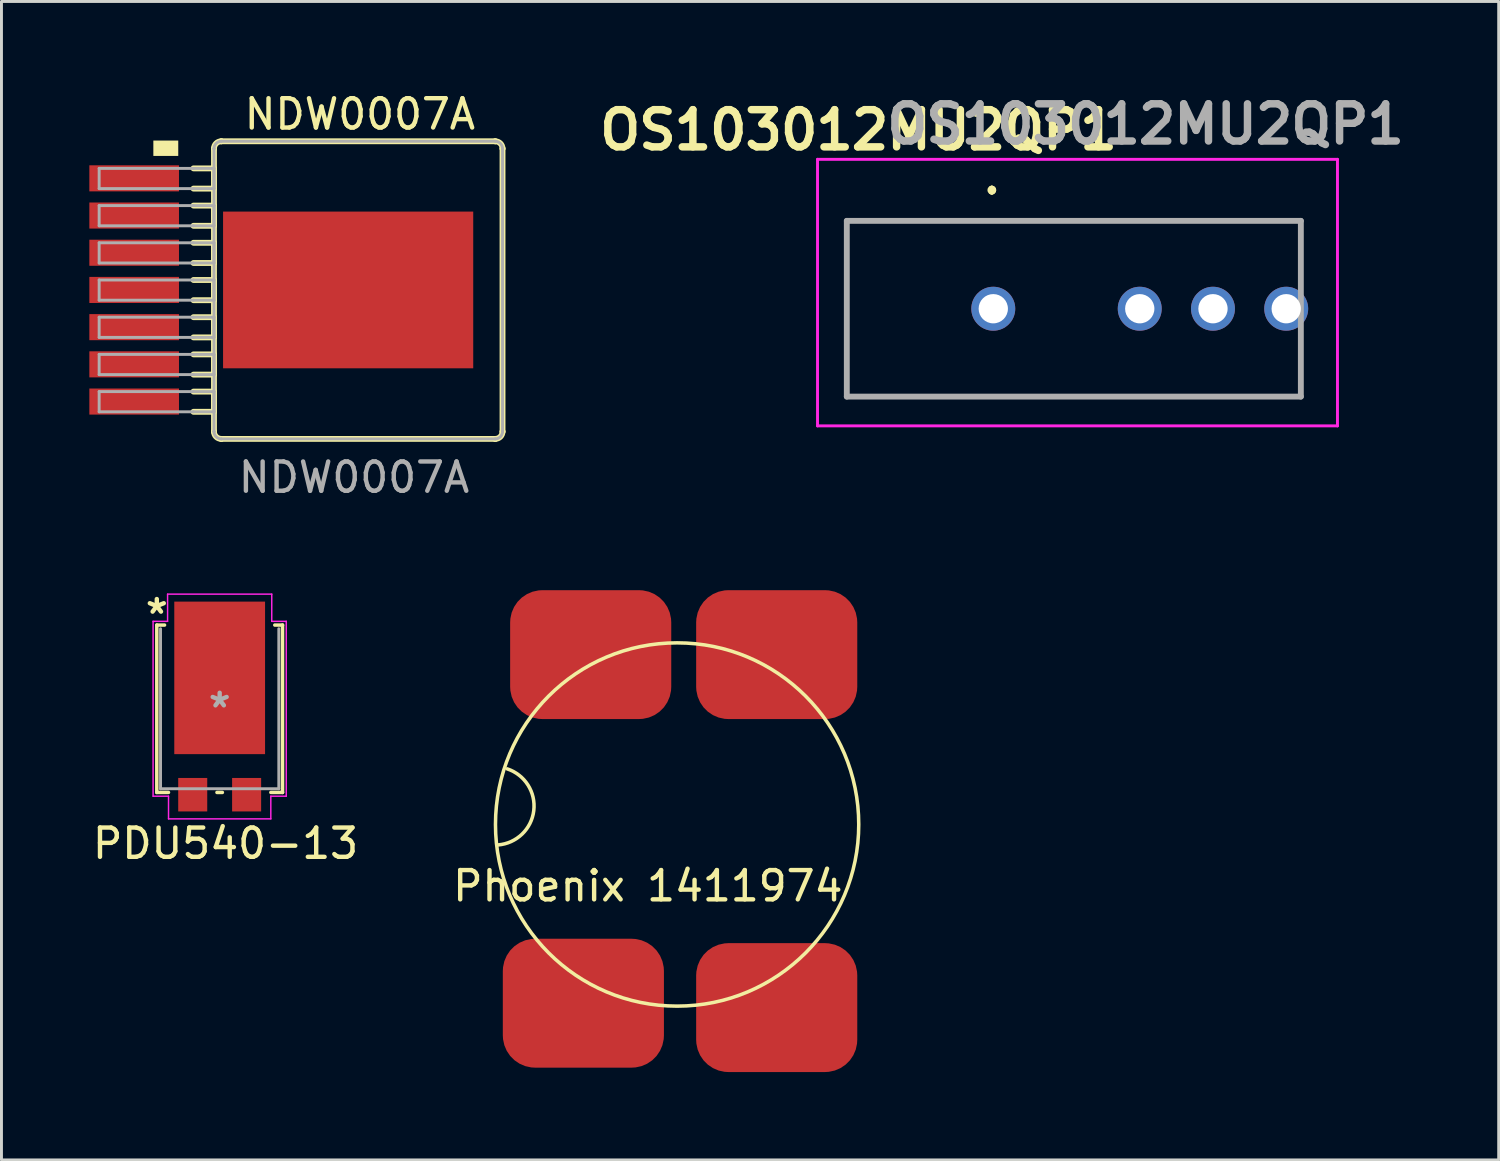
<source format=kicad_pcb>
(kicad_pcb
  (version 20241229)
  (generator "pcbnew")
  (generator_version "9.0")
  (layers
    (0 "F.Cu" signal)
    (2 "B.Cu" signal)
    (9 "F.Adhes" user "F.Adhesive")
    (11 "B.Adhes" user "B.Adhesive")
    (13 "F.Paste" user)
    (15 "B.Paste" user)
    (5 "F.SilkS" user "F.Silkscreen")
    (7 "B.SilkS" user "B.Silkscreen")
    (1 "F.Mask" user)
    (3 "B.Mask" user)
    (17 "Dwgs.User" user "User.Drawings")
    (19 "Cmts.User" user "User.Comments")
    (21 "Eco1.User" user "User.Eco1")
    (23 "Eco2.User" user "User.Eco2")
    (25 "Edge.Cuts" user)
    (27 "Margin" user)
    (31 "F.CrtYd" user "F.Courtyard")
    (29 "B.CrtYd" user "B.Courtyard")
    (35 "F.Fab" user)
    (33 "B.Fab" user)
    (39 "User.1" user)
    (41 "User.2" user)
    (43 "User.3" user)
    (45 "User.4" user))
  (footprint "Phoenix 1411974"
    (layer "F.Cu")
    (at 19.065 27.697)
    (property "Reference" "Phoenix 1411974" (at 0 -0.5 0) (unlocked yes) (layer "F.SilkS") (effects (font (size 1 1) (thickness 0.15))))
    (attr smd)
    (fp_arc (start -4.8 -4.5) (mid -3.893748 -3.072283) (end -5.115634 -1.90324) (stroke (width 0.12) (type solid)) (layer "F.SilkS"))
    (fp_circle (center 1 -2.601) (end 4.8 2.299) (stroke (width 0.12) (type solid)) (fill no) (layer "F.SilkS"))
    (pad "1" smd roundrect (at -2.2 3.5) (size 5.5 4.4) (layers "F.Cu" "F.Mask" "F.Paste") (roundrect_rratio 0.25))
    (pad "2" smd roundrect (at -1.95 -8.4) (size 5.5 4.4) (layers "F.Cu" "F.Mask" "F.Paste") (roundrect_rratio 0.25))
    (pad "3" smd roundrect (at 4.4 -8.4) (size 5.5 4.4) (layers "F.Cu" "F.Mask" "F.Paste") (roundrect_rratio 0.25))
    (pad "4" smd roundrect (at 4.4 3.65) (size 5.5 4.4) (layers "F.Cu" "F.Mask" "F.Paste") (roundrect_rratio 0.25)))
  (footprint "OS103012MU2QP1"
    (layer "F.Cu")
    (at 30.858 7.489)
    (property "Reference" "OS103012MU2QP1" (at -4.6 -6.1 0) (layer "F.SilkS") (effects (font (size 1.27 1.27) (thickness 0.254))))
    (attr through_hole)
    (fp_line (start -5 -3) (end -5 -3) (stroke (width 0.1) (type solid)) (layer "F.SilkS"))
    (fp_line (start -5 -3) (end -5 -3) (stroke (width 0.1) (type solid)) (layer "F.SilkS"))
    (fp_line (start -5 -3) (end -5 3) (stroke (width 0.1) (type solid)) (layer "F.SilkS"))
    (fp_line (start -5 -3) (end 10.5 -3) (stroke (width 0.1) (type solid)) (layer "F.SilkS"))
    (fp_line (start -5 3) (end -5 -3) (stroke (width 0.1) (type solid)) (layer "F.SilkS"))
    (fp_line (start -5 3) (end -5 3) (stroke (width 0.1) (type solid)) (layer "F.SilkS"))
    (fp_line (start -5 3) (end -5 3) (stroke (width 0.1) (type solid)) (layer "F.SilkS"))
    (fp_line (start -5 3) (end 10.5 3) (stroke (width 0.1) (type solid)) (layer "F.SilkS"))
    (fp_line (start -0.05 -4.1) (end -0.05 -4.1) (stroke (width 0.2) (type solid)) (layer "F.SilkS"))
    (fp_line (start -0.05 -4) (end -0.05 -4) (stroke (width 0.2) (type solid)) (layer "F.SilkS"))
    (fp_line (start -0.05 -4) (end -0.05 -4) (stroke (width 0.2) (type solid)) (layer "F.SilkS"))
    (fp_line (start 10.5 -3) (end -5 -3) (stroke (width 0.1) (type solid)) (layer "F.SilkS"))
    (fp_line (start 10.5 -3) (end 10.5 -3) (stroke (width 0.1) (type solid)) (layer "F.SilkS"))
    (fp_line (start 10.5 -3) (end 10.5 -3) (stroke (width 0.1) (type solid)) (layer "F.SilkS"))
    (fp_line (start 10.5 -3) (end 10.5 -1.25) (stroke (width 0.1) (type solid)) (layer "F.SilkS"))
    (fp_line (start 10.5 -1.25) (end 10.5 -3) (stroke (width 0.1) (type solid)) (layer "F.SilkS"))
    (fp_line (start 10.5 -1.25) (end 10.5 -1.25) (stroke (width 0.1) (type solid)) (layer "F.SilkS"))
    (fp_line (start 10.5 1.25) (end 10.5 1.25) (stroke (width 0.1) (type solid)) (layer "F.SilkS"))
    (fp_line (start 10.5 1.25) (end 10.5 3) (stroke (width 0.1) (type solid)) (layer "F.SilkS"))
    (fp_line (start 10.5 3) (end -5 3) (stroke (width 0.1) (type solid)) (layer "F.SilkS"))
    (fp_line (start 10.5 3) (end 10.5 1.25) (stroke (width 0.1) (type solid)) (layer "F.SilkS"))
    (fp_line (start 10.5 3) (end 10.5 3) (stroke (width 0.1) (type solid)) (layer "F.SilkS"))
    (fp_line (start 10.5 3) (end 10.5 3) (stroke (width 0.1) (type solid)) (layer "F.SilkS"))
    (fp_arc (start -0.05 -4.1) (mid 0 -4.05) (end -0.05 -4) (stroke (width 0.2) (type solid)) (layer "F.SilkS"))
    (fp_arc (start -0.05 -4.1) (mid 0 -4.05) (end -0.05 -4) (stroke (width 0.2) (type solid)) (layer "F.SilkS"))
    (fp_arc (start -0.05 -4) (mid -0.1 -4.05) (end -0.05 -4.1) (stroke (width 0.2) (type solid)) (layer "F.SilkS"))
    (fp_line (start -6 -5.1) (end 11.75 -5.1) (stroke (width 0.1) (type solid)) (layer "F.CrtYd"))
    (fp_line (start -6 4) (end -6 -5.1) (stroke (width 0.1) (type solid)) (layer "F.CrtYd"))
    (fp_line (start 11.75 -5.1) (end 11.75 4) (stroke (width 0.1) (type solid)) (layer "F.CrtYd"))
    (fp_line (start 11.75 4) (end -6 4) (stroke (width 0.1) (type solid)) (layer "F.CrtYd"))
    (fp_line (start -5 -3) (end -5 3) (stroke (width 0.2) (type solid)) (layer "F.Fab"))
    (fp_line (start -5 3) (end 10.5 3) (stroke (width 0.2) (type solid)) (layer "F.Fab"))
    (fp_line (start 10.5 -3) (end -5 -3) (stroke (width 0.2) (type solid)) (layer "F.Fab"))
    (fp_line (start 10.5 3) (end 10.5 -3) (stroke (width 0.2) (type solid)) (layer "F.Fab"))
    (fp_text user "${REFERENCE}" (at 5.2 -6.3 0) (layer "F.Fab") (effects (font (size 1.27 1.27) (thickness 0.254))))
    (pad "1" thru_hole circle (at 0 0) (size 1.5 1.5) (drill 1) (layers "*.Cu" "*.Mask"))
    (pad "2" thru_hole circle (at 5 0) (size 1.5 1.5) (drill 1) (layers "*.Cu" "*.Mask"))
    (pad "3" thru_hole circle (at 7.5 0) (size 1.5 1.5) (drill 1) (layers "*.Cu" "*.Mask"))
    (pad "4" thru_hole circle (at 10 0) (size 1.5 1.5) (drill 1) (layers "*.Cu" "*.Mask")))
  (footprint "NDW0007A"
    (layer "F.Cu")
    (at 8.835 6.848)
    (property "Reference" "NDW0007A" (at 0.4 -6 0) (unlocked yes) (layer "F.SilkS") (effects (font (size 1 1) (thickness 0.15))))
    (attr smd)
    (fp_line (start -5.28 -4.15) (end -4.58 -4.15) (stroke (width 0.2) (type solid)) (layer "F.SilkS"))
    (fp_line (start -5.28 -3.46) (end -4.58 -3.46) (stroke (width 0.2) (type solid)) (layer "F.SilkS"))
    (fp_line (start -5.28 -2.88) (end -4.58 -2.88) (stroke (width 0.2) (type solid)) (layer "F.SilkS"))
    (fp_line (start -5.28 -2.19) (end -4.58 -2.19) (stroke (width 0.2) (type solid)) (layer "F.SilkS"))
    (fp_line (start -5.28 -1.61) (end -4.58 -1.61) (stroke (width 0.2) (type solid)) (layer "F.SilkS"))
    (fp_line (start -5.28 -0.92) (end -4.58 -0.92) (stroke (width 0.2) (type solid)) (layer "F.SilkS"))
    (fp_line (start -5.28 -0.34) (end -4.58 -0.34) (stroke (width 0.2) (type solid)) (layer "F.SilkS"))
    (fp_line (start -5.28 0.35) (end -4.58 0.35) (stroke (width 0.2) (type solid)) (layer "F.SilkS"))
    (fp_line (start -5.28 0.93) (end -4.58 0.93) (stroke (width 0.2) (type solid)) (layer "F.SilkS"))
    (fp_line (start -5.28 1.62) (end -4.58 1.62) (stroke (width 0.2) (type solid)) (layer "F.SilkS"))
    (fp_line (start -5.28 2.2) (end -4.58 2.2) (stroke (width 0.2) (type solid)) (layer "F.SilkS"))
    (fp_line (start -5.28 2.89) (end -4.58 2.89) (stroke (width 0.2) (type solid)) (layer "F.SilkS"))
    (fp_line (start -5.28 3.47) (end -4.58 3.47) (stroke (width 0.2) (type solid)) (layer "F.SilkS"))
    (fp_line (start -5.28 4.16) (end -4.58 4.16) (stroke (width 0.2) (type solid)) (layer "F.SilkS"))
    (fp_line (start -4.58 -4.825) (end -4.58 -4.827) (stroke (width 0.2) (type solid)) (layer "F.SilkS"))
    (fp_line (start -4.58 -3.46) (end -4.58 -4.15) (stroke (width 0.2) (type solid)) (layer "F.SilkS"))
    (fp_line (start -4.58 -2.19) (end -4.58 -2.88) (stroke (width 0.2) (type solid)) (layer "F.SilkS"))
    (fp_line (start -4.58 -0.92) (end -4.58 -1.61) (stroke (width 0.2) (type solid)) (layer "F.SilkS"))
    (fp_line (start -4.58 0.35) (end -4.58 -0.34) (stroke (width 0.2) (type solid)) (layer "F.SilkS"))
    (fp_line (start -4.58 1.62) (end -4.58 0.93) (stroke (width 0.2) (type solid)) (layer "F.SilkS"))
    (fp_line (start -4.58 2.89) (end -4.58 2.2) (stroke (width 0.2) (type solid)) (layer "F.SilkS"))
    (fp_line (start -4.58 4.16) (end -4.58 3.47) (stroke (width 0.2) (type solid)) (layer "F.SilkS"))
    (fp_line (start -4.58 4.835) (end -4.58 -4.825) (stroke (width 0.2) (type solid)) (layer "F.SilkS"))
    (fp_line (start -4.58 4.835) (end -4.58 4.837) (stroke (width 0.2) (type solid)) (layer "F.SilkS"))
    (fp_line (start -4.332 -5.075) (end -4.33 -5.075) (stroke (width 0.2) (type solid)) (layer "F.SilkS"))
    (fp_line (start -4.332 5.085) (end -4.33 5.085) (stroke (width 0.2) (type solid)) (layer "F.SilkS"))
    (fp_line (start -4.33 -5.075) (end 5.02 -5.075) (stroke (width 0.2) (type solid)) (layer "F.SilkS"))
    (fp_line (start -4.33 5.085) (end 5.02 5.085) (stroke (width 0.2) (type solid)) (layer "F.SilkS"))
    (fp_line (start 5.02 -5.075) (end 5.022 -5.075) (stroke (width 0.2) (type solid)) (layer "F.SilkS"))
    (fp_line (start 5.02 5.085) (end 5.022 5.085) (stroke (width 0.2) (type solid)) (layer "F.SilkS"))
    (fp_line (start 5.27 -4.827) (end 5.27 -4.825) (stroke (width 0.2) (type solid)) (layer "F.SilkS"))
    (fp_line (start 5.27 4.837) (end 5.27 4.835) (stroke (width 0.2) (type solid)) (layer "F.SilkS"))
    (fp_line (start 5.27 4.835) (end 5.27 -4.825) (stroke (width 0.2) (type solid)) (layer "F.SilkS"))
    (fp_arc (start -4.579994 -4.826856) (mid -4.506778 -5.001776) (end -4.331858 -5.074992) (stroke (width 0.2) (type solid)) (layer "F.SilkS"))
    (fp_arc (start -4.331858 5.084992) (mid -4.506778 5.011776) (end -4.579994 4.836856) (stroke (width 0.2) (type solid)) (layer "F.SilkS"))
    (fp_arc (start 5.021857 -5.074992) (mid 5.196776 -5.001776) (end 5.269993 -4.826856) (stroke (width 0.2) (type solid)) (layer "F.SilkS"))
    (fp_arc (start 5.269993 4.836856) (mid 5.196776 5.011776) (end 5.021857 5.084992) (stroke (width 0.2) (type solid)) (layer "F.SilkS"))
    (fp_poly (pts (xy -6.65 -5.1) (xy -6.65 -4.575) (xy -5.8 -4.575) (xy -5.8 -5.1)) (stroke (width 0) (type solid)) (fill yes) (layer "F.SilkS"))
    (fp_line (start -8.5 -4.15) (end -5.28 -4.15) (stroke (width 0.1) (type solid)) (layer "F.Fab"))
    (fp_line (start -8.5 -3.46) (end -8.5 -4.15) (stroke (width 0.1) (type solid)) (layer "F.Fab"))
    (fp_line (start -8.5 -3.46) (end -5.28 -3.46) (stroke (width 0.1) (type solid)) (layer "F.Fab"))
    (fp_line (start -8.5 -2.88) (end -5.28 -2.88) (stroke (width 0.1) (type solid)) (layer "F.Fab"))
    (fp_line (start -8.5 -2.19) (end -8.5 -2.88) (stroke (width 0.1) (type solid)) (layer "F.Fab"))
    (fp_line (start -8.5 -2.19) (end -5.28 -2.19) (stroke (width 0.1) (type solid)) (layer "F.Fab"))
    (fp_line (start -8.5 -1.61) (end -5.28 -1.61) (stroke (width 0.1) (type solid)) (layer "F.Fab"))
    (fp_line (start -8.5 -0.92) (end -8.5 -1.61) (stroke (width 0.1) (type solid)) (layer "F.Fab"))
    (fp_line (start -8.5 -0.92) (end -5.28 -0.92) (stroke (width 0.1) (type solid)) (layer "F.Fab"))
    (fp_line (start -8.5 -0.34) (end -5.28 -0.34) (stroke (width 0.1) (type solid)) (layer "F.Fab"))
    (fp_line (start -8.5 0.35) (end -8.5 -0.34) (stroke (width 0.1) (type solid)) (layer "F.Fab"))
    (fp_line (start -8.5 0.35) (end -5.28 0.35) (stroke (width 0.1) (type solid)) (layer "F.Fab"))
    (fp_line (start -8.5 0.93) (end -5.28 0.93) (stroke (width 0.1) (type solid)) (layer "F.Fab"))
    (fp_line (start -8.5 1.62) (end -8.5 0.93) (stroke (width 0.1) (type solid)) (layer "F.Fab"))
    (fp_line (start -8.5 1.62) (end -5.28 1.62) (stroke (width 0.1) (type solid)) (layer "F.Fab"))
    (fp_line (start -8.5 2.2) (end -5.28 2.2) (stroke (width 0.1) (type solid)) (layer "F.Fab"))
    (fp_line (start -8.5 2.89) (end -8.5 2.2) (stroke (width 0.1) (type solid)) (layer "F.Fab"))
    (fp_line (start -8.5 2.89) (end -5.28 2.89) (stroke (width 0.1) (type solid)) (layer "F.Fab"))
    (fp_line (start -8.5 3.47) (end -5.28 3.47) (stroke (width 0.1) (type solid)) (layer "F.Fab"))
    (fp_line (start -8.5 4.16) (end -8.5 3.47) (stroke (width 0.1) (type solid)) (layer "F.Fab"))
    (fp_line (start -8.5 4.16) (end -5.28 4.16) (stroke (width 0.1) (type solid)) (layer "F.Fab"))
    (fp_line (start -5.28 -4.15) (end -4.58 -4.15) (stroke (width 0.1) (type solid)) (layer "F.Fab"))
    (fp_line (start -5.28 -3.46) (end -4.58 -3.46) (stroke (width 0.1) (type solid)) (layer "F.Fab"))
    (fp_line (start -5.28 -2.88) (end -4.58 -2.88) (stroke (width 0.1) (type solid)) (layer "F.Fab"))
    (fp_line (start -5.28 -2.19) (end -4.58 -2.19) (stroke (width 0.1) (type solid)) (layer "F.Fab"))
    (fp_line (start -5.28 -1.61) (end -4.58 -1.61) (stroke (width 0.1) (type solid)) (layer "F.Fab"))
    (fp_line (start -5.28 -0.92) (end -4.58 -0.92) (stroke (width 0.1) (type solid)) (layer "F.Fab"))
    (fp_line (start -5.28 -0.34) (end -4.58 -0.34) (stroke (width 0.1) (type solid)) (layer "F.Fab"))
    (fp_line (start -5.28 0.35) (end -4.58 0.35) (stroke (width 0.1) (type solid)) (layer "F.Fab"))
    (fp_line (start -5.28 0.93) (end -4.58 0.93) (stroke (width 0.1) (type solid)) (layer "F.Fab"))
    (fp_line (start -5.28 1.62) (end -4.58 1.62) (stroke (width 0.1) (type solid)) (layer "F.Fab"))
    (fp_line (start -5.28 2.2) (end -4.58 2.2) (stroke (width 0.1) (type solid)) (layer "F.Fab"))
    (fp_line (start -5.28 2.89) (end -4.58 2.89) (stroke (width 0.1) (type solid)) (layer "F.Fab"))
    (fp_line (start -5.28 3.47) (end -4.58 3.47) (stroke (width 0.1) (type solid)) (layer "F.Fab"))
    (fp_line (start -5.28 4.16) (end -4.58 4.16) (stroke (width 0.1) (type solid)) (layer "F.Fab"))
    (fp_line (start -4.58 -4.825) (end -4.58 -4.827) (stroke (width 0.1) (type solid)) (layer "F.Fab"))
    (fp_line (start -4.58 -3.46) (end -4.58 -4.15) (stroke (width 0.1) (type solid)) (layer "F.Fab"))
    (fp_line (start -4.58 -2.19) (end -4.58 -2.88) (stroke (width 0.1) (type solid)) (layer "F.Fab"))
    (fp_line (start -4.58 -0.92) (end -4.58 -1.61) (stroke (width 0.1) (type solid)) (layer "F.Fab"))
    (fp_line (start -4.58 0.35) (end -4.58 -0.34) (stroke (width 0.1) (type solid)) (layer "F.Fab"))
    (fp_line (start -4.58 1.62) (end -4.58 0.93) (stroke (width 0.1) (type solid)) (layer "F.Fab"))
    (fp_line (start -4.58 2.89) (end -4.58 2.2) (stroke (width 0.1) (type solid)) (layer "F.Fab"))
    (fp_line (start -4.58 4.16) (end -4.58 3.47) (stroke (width 0.1) (type solid)) (layer "F.Fab"))
    (fp_line (start -4.58 4.835) (end -4.58 -4.825) (stroke (width 0.1) (type solid)) (layer "F.Fab"))
    (fp_line (start -4.58 4.835) (end -4.58 4.837) (stroke (width 0.1) (type solid)) (layer "F.Fab"))
    (fp_line (start -4.33 -5.075) (end 5.02 -5.075) (stroke (width 0.1) (type solid)) (layer "F.Fab"))
    (fp_line (start -4.33 5.085) (end 5.02 5.085) (stroke (width 0.1) (type solid)) (layer "F.Fab"))
    (fp_line (start 5.27 4.835) (end 5.27 -4.825) (stroke (width 0.1) (type solid)) (layer "F.Fab"))
    (fp_arc (start -4.579994 -4.826856) (mid -4.506778 -5.001776) (end -4.331858 -5.074992) (stroke (width 0.1) (type solid)) (layer "F.Fab"))
    (fp_arc (start -4.331858 5.084992) (mid -4.506778 5.011776) (end -4.579994 4.836856) (stroke (width 0.1) (type solid)) (layer "F.Fab"))
    (fp_arc (start 5.021857 -5.074992) (mid 5.196776 -5.001776) (end 5.269993 -4.826856) (stroke (width 0.1) (type solid)) (layer "F.Fab"))
    (fp_arc (start 5.269993 4.836856) (mid 5.196776 5.011776) (end 5.021857 5.084992) (stroke (width 0.1) (type solid)) (layer "F.Fab"))
    (fp_text user "${REFERENCE}" (at 0.2 6.4 0) (unlocked yes) (layer "F.Fab") (effects (font (size 1 1) (thickness 0.15))))
    (pad "1" smd rect (at -7.305 -3.81 90) (size 0.89 3.06) (layers "F.Cu" "F.Mask" "F.Paste"))
    (pad "2" smd rect (at -7.305 -2.54 90) (size 0.89 3.06) (layers "F.Cu" "F.Mask" "F.Paste"))
    (pad "3" smd rect (at -7.305 -1.27 90) (size 0.89 3.06) (layers "F.Cu" "F.Mask" "F.Paste"))
    (pad "4" smd rect (at -7.305 0 90) (size 0.89 3.06) (layers "F.Cu" "F.Mask" "F.Paste"))
    (pad "5" smd rect (at -7.305 1.27 90) (size 0.89 3.06) (layers "F.Cu" "F.Mask" "F.Paste"))
    (pad "6" smd rect (at -7.305 2.54 90) (size 0.89 3.06) (layers "F.Cu" "F.Mask" "F.Paste"))
    (pad "7" smd rect (at -7.305 3.81 90) (size 0.89 3.06) (layers "F.Cu" "F.Mask" "F.Paste"))
    (pad "8" smd rect (at 0 0 90) (size 5.35 8.54) (layers "F.Cu" "F.Mask" "F.Paste")))
  (footprint "PDU540-13"
    (layer "F.Cu")
    (at 4.449 21.145)
    (property "Reference" "PDU540-13" (at 0.2 4.6 0) (layer "F.SilkS") (effects (font (size 1 1) (thickness 0.15))))
    (attr through_hole)
    (fp_line (start -2.146 -2.857) (end -2.146 2.857) (stroke (width 0.12) (type solid)) (layer "F.SilkS"))
    (fp_line (start -2.146 2.857) (end -1.748 2.857) (stroke (width 0.12) (type solid)) (layer "F.SilkS"))
    (fp_line (start -1.882 -2.857) (end -2.146 -2.857) (stroke (width 0.12) (type solid)) (layer "F.SilkS"))
    (fp_line (start -0.092 2.857) (end 0.092 2.857) (stroke (width 0.12) (type solid)) (layer "F.SilkS"))
    (fp_line (start 1.748 2.857) (end 2.146 2.857) (stroke (width 0.12) (type solid)) (layer "F.SilkS"))
    (fp_line (start 2.146 -2.857) (end 1.882 -2.857) (stroke (width 0.12) (type solid)) (layer "F.SilkS"))
    (fp_line (start 2.146 2.857) (end 2.146 -2.857) (stroke (width 0.12) (type solid)) (layer "F.SilkS"))
    (fp_line (start -2.273 -2.985) (end -1.778 -2.985) (stroke (width 0.05) (type solid)) (layer "F.CrtYd"))
    (fp_line (start -2.273 2.985) (end -2.273 -2.985) (stroke (width 0.05) (type solid)) (layer "F.CrtYd"))
    (fp_line (start -1.778 -3.912) (end -1.778 -2.985) (stroke (width 0.05) (type solid)) (layer "F.CrtYd"))
    (fp_line (start -1.778 -3.912) (end 1.778 -3.912) (stroke (width 0.05) (type solid)) (layer "F.CrtYd"))
    (fp_line (start -1.746 2.985) (end -2.273 2.985) (stroke (width 0.05) (type solid)) (layer "F.CrtYd"))
    (fp_line (start -1.746 3.759) (end -1.746 2.985) (stroke (width 0.05) (type solid)) (layer "F.CrtYd"))
    (fp_line (start 1.746 2.985) (end 1.746 3.759) (stroke (width 0.05) (type solid)) (layer "F.CrtYd"))
    (fp_line (start 1.746 3.759) (end -1.746 3.759) (stroke (width 0.05) (type solid)) (layer "F.CrtYd"))
    (fp_line (start 1.778 -3.912) (end 1.778 -2.985) (stroke (width 0.05) (type solid)) (layer "F.CrtYd"))
    (fp_line (start 1.778 -2.985) (end 2.273 -2.985) (stroke (width 0.05) (type solid)) (layer "F.CrtYd"))
    (fp_line (start 2.273 -2.985) (end 2.273 2.985) (stroke (width 0.05) (type solid)) (layer "F.CrtYd"))
    (fp_line (start 2.273 2.985) (end 1.746 2.985) (stroke (width 0.05) (type solid)) (layer "F.CrtYd"))
    (fp_line (start -2.019 -2.731) (end -2.019 2.731) (stroke (width 0.1) (type solid)) (layer "F.Fab"))
    (fp_line (start -2.019 2.731) (end 2.019 2.731) (stroke (width 0.1) (type solid)) (layer "F.Fab"))
    (fp_line (start 2.019 2.731) (end 2.019 -2.731) (stroke (width 0.1) (type solid)) (layer "F.Fab"))
    (fp_text user "*" (at -2.146 -3.2 0) (layer "F.SilkS") (effects (font (size 1 1) (thickness 0.15))))
    (fp_text user "*" (at 0 0 0) (layer "F.Fab") (effects (font (size 1 1) (thickness 0.15))))
    (pad "1" smd rect (at 0 -1.054 90) (size 5.207 3.099) (layers "F.Cu" "F.Mask" "F.Paste"))
    (pad "2" smd rect (at -0.92 2.934 90) (size 1.143 0.991) (layers "F.Cu" "F.Mask" "F.Paste"))
    (pad "3" smd rect (at 0.92 2.934 90) (size 1.143 0.991) (layers "F.Cu" "F.Mask" "F.Paste")))
  (gr_rect
    (start -3 -3)
    (end 48.112 36.547)
    (stroke (width 0.1) (type default))
    (fill no)
    (layer "Edge.Cuts")))
</source>
